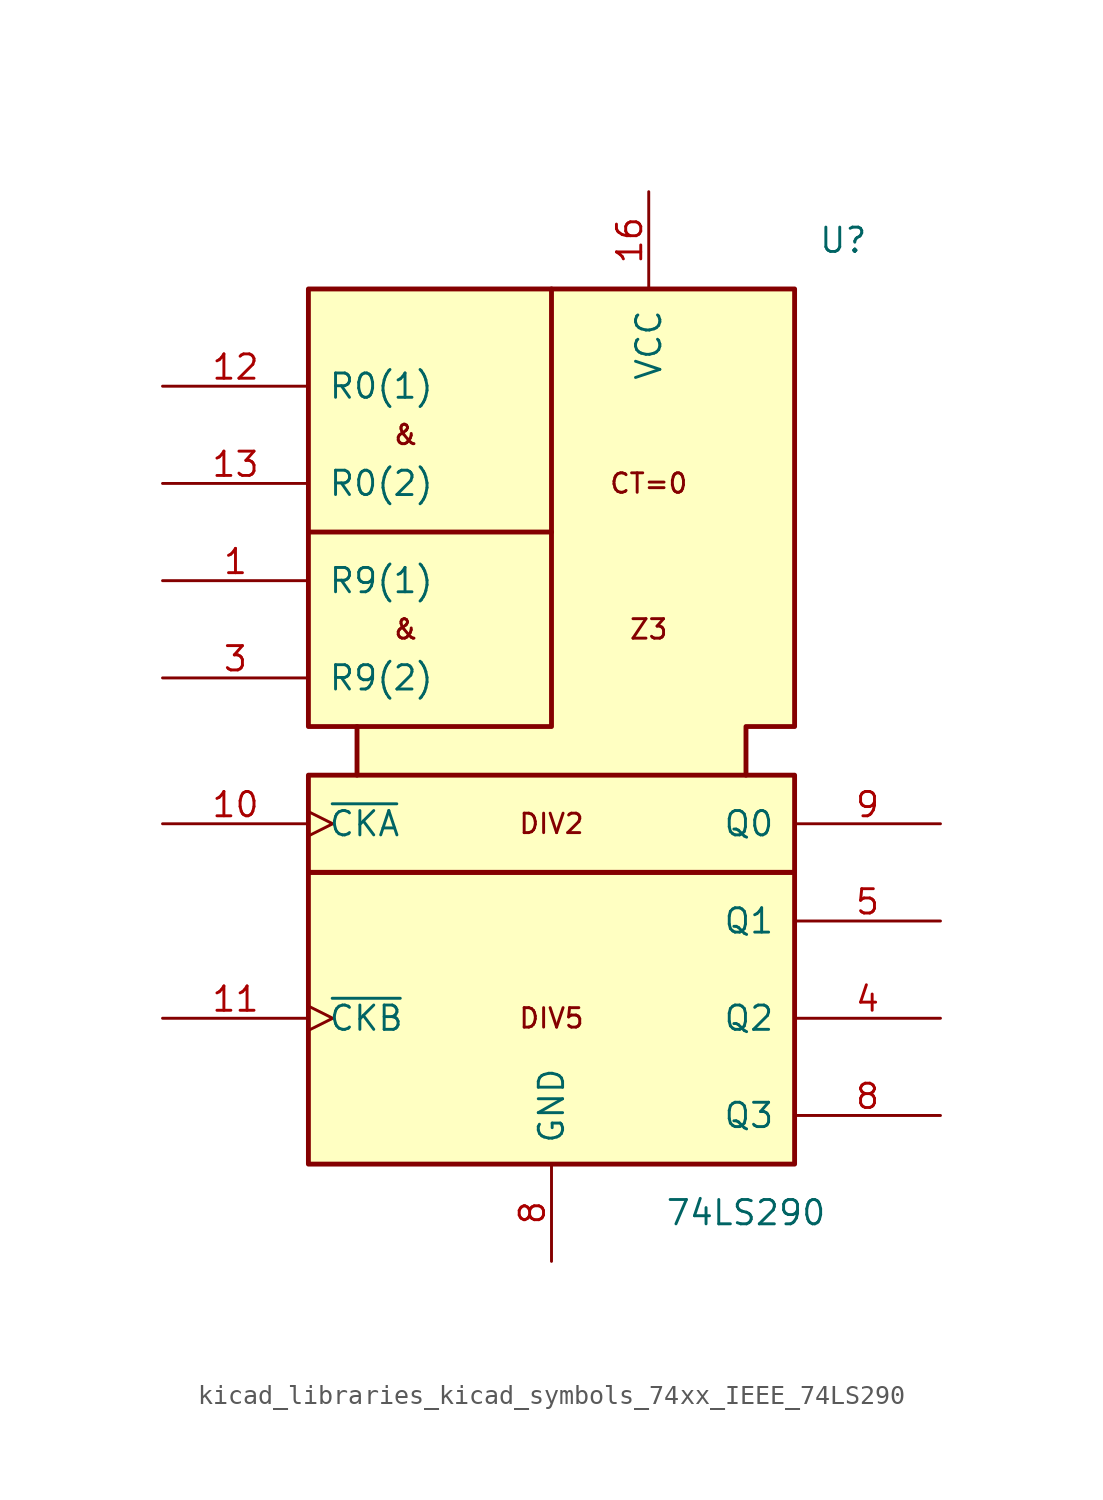
<source format=kicad_sym>
(kicad_symbol_lib
  (version 20220914)
  (generator kicad_symbol_editor)
  (symbol "kicad_libraries_kicad_symbols_74xx_IEEE_74LS290"
    (pin_names
      (offset 1.016))
    (property "Reference" "U"
      (at 15.24 25.4 0)
      (effects (font (size 1.27 1.27))))
    (property "Value" "74LS290"
      (at 10.16 -25.4 0)
      (effects (font (size 1.27 1.27))))
    (symbol "kicad_libraries_kicad_symbols_74xx_IEEE_74LS290_0_0"
      (rectangle (start -12.7 -7.62) (end 12.7 -22.86) (stroke (width 0.254) (type default)) (fill (type background)))
      (rectangle (start -12.7 -2.54) (end 12.7 -7.62) (stroke (width 0.254) (type default)) (fill (type background)))
      (polyline (pts (xy 0 10.16) (xy -12.7 10.16) (xy -12.7 10.16)) (stroke (width 0.254) (type default)) (fill (type background)))
      (polyline (pts (xy 0 22.86) (xy 0 0) (xy -10.16 0) (xy -10.16 0)) (stroke (width 0.254) (type default)) (fill (type background)))
      (polyline (pts (xy -10.16 -2.54) (xy -10.16 0) (xy -12.7 0) (xy -12.7 22.86) (xy 12.7 22.86) (xy 12.7 0) (xy 10.16 0) (xy 10.16 -2.54) (xy 10.16 -2.54)) (stroke (width 0.254) (type default)) (fill (type background)))
      (text "&" (at -7.62 5.08 0) (effects (font (size 1.016 1.016))))
      (text "&" (at -7.62 15.24 0) (effects (font (size 1.016 1.016))))
      (text "CT=0" (at 5.08 12.7 0) (effects (font (size 1.016 1.016))))
      (text "DIV2" (at 0 -5.08 0) (effects (font (size 1.016 1.016))))
      (text "DIV5" (at 0 -15.24 0) (effects (font (size 1.016 1.016))))
      (text "Z3" (at 5.08 5.08 0) (effects (font (size 1.016 1.016))))
      (pin power_in line (at 5.08 27.94 270) (length 5.08) (name "VCC" (effects (font (size 1.27 1.27)))) (number "16" (effects (font (size 1.27 1.27)))))
      (pin power_in line (at 0 -27.94 90) (length 5.08) (name "GND" (effects (font (size 1.27 1.27)))) (number "8" (effects (font (size 1.27 1.27))))))
    (symbol "kicad_libraries_kicad_symbols_74xx_IEEE_74LS290_1_1"
      (pin input line (at -20.32 7.62 0) (length 7.62) (name "R9(1)" (effects (font (size 1.27 1.27)))) (number "1" (effects (font (size 1.27 1.27)))))
      (pin input clock (at -20.32 -5.08 0) (length 7.62) (name "~{CKA}" (effects (font (size 1.27 1.27)))) (number "10" (effects (font (size 1.27 1.27)))))
      (pin input clock (at -20.32 -15.24 0) (length 7.62) (name "~{CKB}" (effects (font (size 1.27 1.27)))) (number "11" (effects (font (size 1.27 1.27)))))
      (pin input line (at -20.32 17.78 0) (length 7.62) (name "R0(1)" (effects (font (size 1.27 1.27)))) (number "12" (effects (font (size 1.27 1.27)))))
      (pin input line (at -20.32 12.7 0) (length 7.62) (name "R0(2)" (effects (font (size 1.27 1.27)))) (number "13" (effects (font (size 1.27 1.27)))))
      (pin input line (at -20.32 2.54 0) (length 7.62) (name "R9(2)" (effects (font (size 1.27 1.27)))) (number "3" (effects (font (size 1.27 1.27)))))
      (pin output line (at 20.32 -15.24 180) (length 7.62) (name "Q2" (effects (font (size 1.27 1.27)))) (number "4" (effects (font (size 1.27 1.27)))))
      (pin output line (at 20.32 -10.16 180) (length 7.62) (name "Q1" (effects (font (size 1.27 1.27)))) (number "5" (effects (font (size 1.27 1.27)))))
      (pin output line (at 20.32 -20.32 180) (length 7.62) (name "Q3" (effects (font (size 1.27 1.27)))) (number "8" (effects (font (size 1.27 1.27)))))
      (pin output line (at 20.32 -5.08 180) (length 7.62) (name "Q0" (effects (font (size 1.27 1.27)))) (number "9" (effects (font (size 1.27 1.27))))))))
</source>
